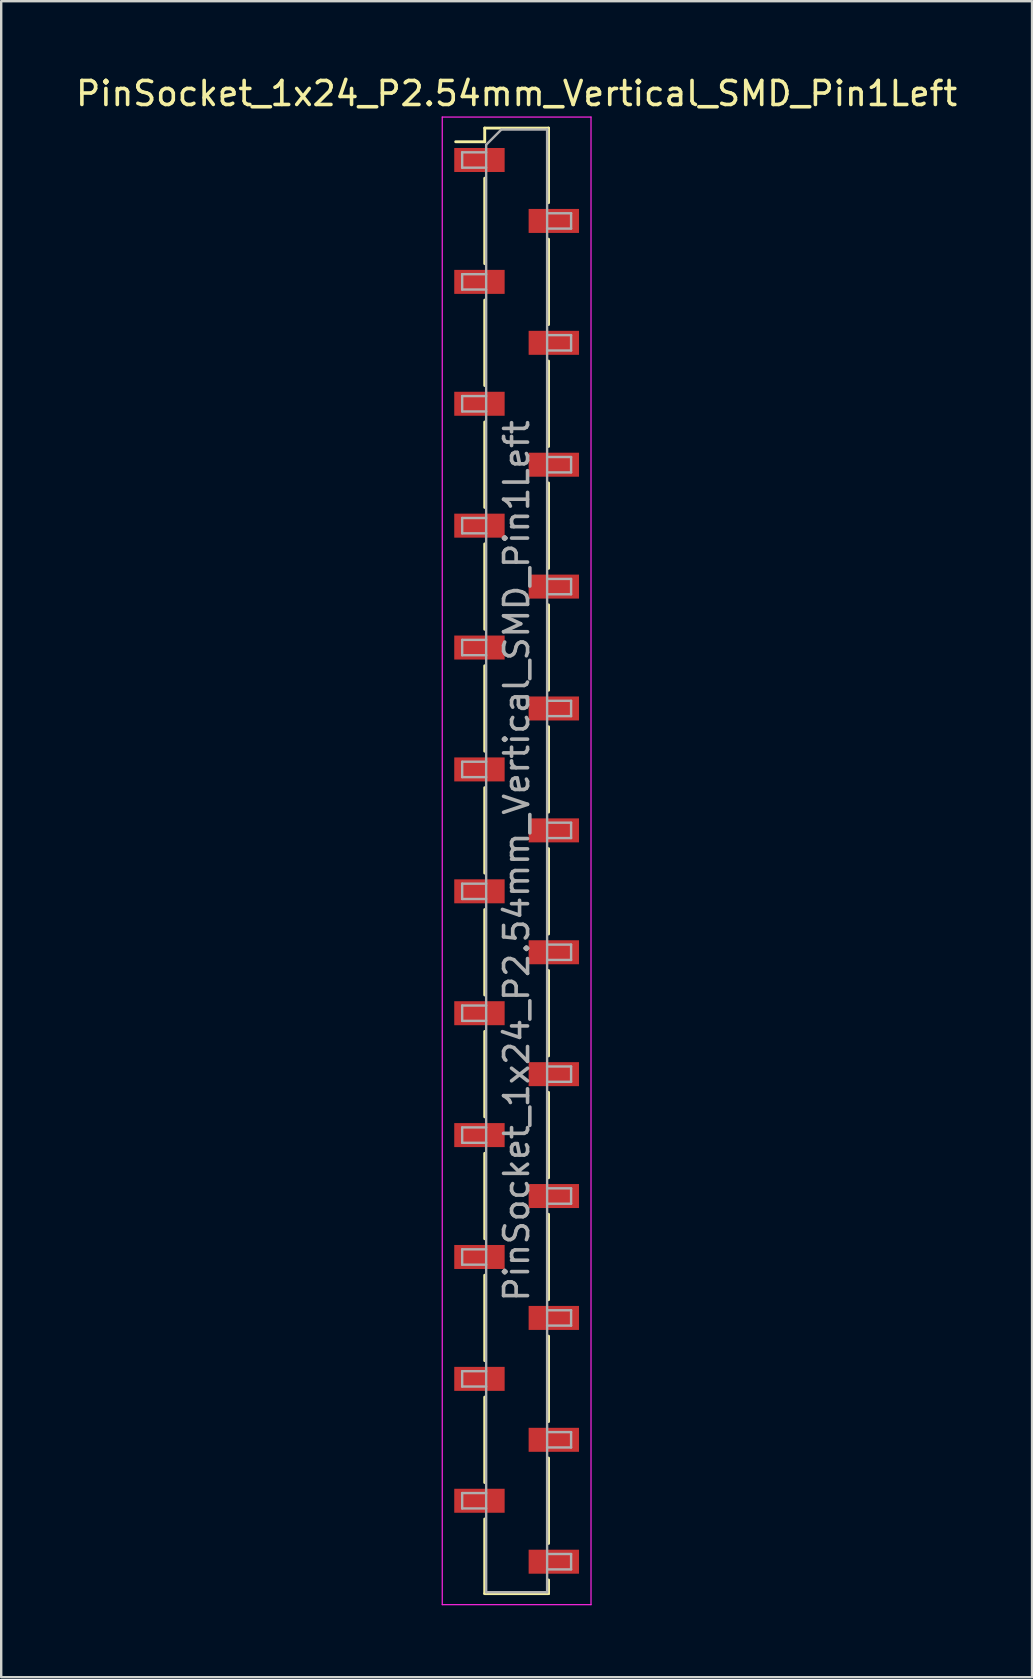
<source format=kicad_pcb>
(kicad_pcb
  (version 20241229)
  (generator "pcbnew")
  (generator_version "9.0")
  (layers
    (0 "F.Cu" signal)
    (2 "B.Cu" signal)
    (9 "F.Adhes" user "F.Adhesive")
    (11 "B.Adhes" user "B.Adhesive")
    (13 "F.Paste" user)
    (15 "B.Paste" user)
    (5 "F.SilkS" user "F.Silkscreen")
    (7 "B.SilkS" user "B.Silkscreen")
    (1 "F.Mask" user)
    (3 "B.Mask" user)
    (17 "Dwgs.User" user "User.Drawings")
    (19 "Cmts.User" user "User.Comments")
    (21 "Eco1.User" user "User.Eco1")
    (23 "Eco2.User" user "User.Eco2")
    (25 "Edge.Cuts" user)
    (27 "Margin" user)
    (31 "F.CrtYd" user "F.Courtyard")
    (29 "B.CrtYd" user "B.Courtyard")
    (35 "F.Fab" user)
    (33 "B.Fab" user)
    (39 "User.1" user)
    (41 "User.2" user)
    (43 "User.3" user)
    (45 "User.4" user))
  (footprint "PinSocket_1x24_P2.54mm_Vertical_SMD_Pin1Left"
    (layer "F.Cu")
    (at 18.482 32.828)
    (property "Reference" "PinSocket_1x24_P2.54mm_Vertical_SMD_Pin1Left" (at 0 -31.98 0) (layer "F.SilkS") (effects (font (size 1 1) (thickness 0.15))))
    (attr smd)
    (fp_line (start -2.54 -29.97) (end -1.33 -29.97) (stroke (width 0.12) (type solid)) (layer "F.SilkS"))
    (fp_line (start -1.33 -30.54) (end -1.33 -29.97) (stroke (width 0.12) (type solid)) (layer "F.SilkS"))
    (fp_line (start -1.33 -30.54) (end 1.33 -30.54) (stroke (width 0.12) (type solid)) (layer "F.SilkS"))
    (fp_line (start -1.33 -28.45) (end -1.33 -24.89) (stroke (width 0.12) (type solid)) (layer "F.SilkS"))
    (fp_line (start -1.33 -23.37) (end -1.33 -19.81) (stroke (width 0.12) (type solid)) (layer "F.SilkS"))
    (fp_line (start -1.33 -18.29) (end -1.33 -14.73) (stroke (width 0.12) (type solid)) (layer "F.SilkS"))
    (fp_line (start -1.33 -13.21) (end -1.33 -9.65) (stroke (width 0.12) (type solid)) (layer "F.SilkS"))
    (fp_line (start -1.33 -8.13) (end -1.33 -4.57) (stroke (width 0.12) (type solid)) (layer "F.SilkS"))
    (fp_line (start -1.33 -3.05) (end -1.33 0.51) (stroke (width 0.12) (type solid)) (layer "F.SilkS"))
    (fp_line (start -1.33 2.03) (end -1.33 5.59) (stroke (width 0.12) (type solid)) (layer "F.SilkS"))
    (fp_line (start -1.33 7.11) (end -1.33 10.67) (stroke (width 0.12) (type solid)) (layer "F.SilkS"))
    (fp_line (start -1.33 12.19) (end -1.33 15.75) (stroke (width 0.12) (type solid)) (layer "F.SilkS"))
    (fp_line (start -1.33 17.27) (end -1.33 20.83) (stroke (width 0.12) (type solid)) (layer "F.SilkS"))
    (fp_line (start -1.33 22.35) (end -1.33 25.91) (stroke (width 0.12) (type solid)) (layer "F.SilkS"))
    (fp_line (start -1.33 27.43) (end -1.33 30.54) (stroke (width 0.12) (type solid)) (layer "F.SilkS"))
    (fp_line (start -1.33 30.54) (end 1.33 30.54) (stroke (width 0.12) (type solid)) (layer "F.SilkS"))
    (fp_line (start 1.33 -30.54) (end 1.33 -27.43) (stroke (width 0.12) (type solid)) (layer "F.SilkS"))
    (fp_line (start 1.33 -25.91) (end 1.33 -22.35) (stroke (width 0.12) (type solid)) (layer "F.SilkS"))
    (fp_line (start 1.33 -20.83) (end 1.33 -17.27) (stroke (width 0.12) (type solid)) (layer "F.SilkS"))
    (fp_line (start 1.33 -15.75) (end 1.33 -12.19) (stroke (width 0.12) (type solid)) (layer "F.SilkS"))
    (fp_line (start 1.33 -10.67) (end 1.33 -7.11) (stroke (width 0.12) (type solid)) (layer "F.SilkS"))
    (fp_line (start 1.33 -5.59) (end 1.33 -2.03) (stroke (width 0.12) (type solid)) (layer "F.SilkS"))
    (fp_line (start 1.33 -0.51) (end 1.33 3.05) (stroke (width 0.12) (type solid)) (layer "F.SilkS"))
    (fp_line (start 1.33 4.57) (end 1.33 8.13) (stroke (width 0.12) (type solid)) (layer "F.SilkS"))
    (fp_line (start 1.33 9.65) (end 1.33 13.21) (stroke (width 0.12) (type solid)) (layer "F.SilkS"))
    (fp_line (start 1.33 14.73) (end 1.33 18.29) (stroke (width 0.12) (type solid)) (layer "F.SilkS"))
    (fp_line (start 1.33 19.81) (end 1.33 23.37) (stroke (width 0.12) (type solid)) (layer "F.SilkS"))
    (fp_line (start 1.33 24.89) (end 1.33 28.45) (stroke (width 0.12) (type solid)) (layer "F.SilkS"))
    (fp_line (start 1.33 29.97) (end 1.33 30.54) (stroke (width 0.12) (type solid)) (layer "F.SilkS"))
    (fp_line (start -3.1 -31) (end 3.1 -31) (stroke (width 0.05) (type solid)) (layer "F.CrtYd"))
    (fp_line (start -3.1 31) (end -3.1 -31) (stroke (width 0.05) (type solid)) (layer "F.CrtYd"))
    (fp_line (start 3.1 -31) (end 3.1 31) (stroke (width 0.05) (type solid)) (layer "F.CrtYd"))
    (fp_line (start 3.1 31) (end -3.1 31) (stroke (width 0.05) (type solid)) (layer "F.CrtYd"))
    (fp_line (start -2.27 -29.53) (end -1.27 -29.53) (stroke (width 0.1) (type solid)) (layer "F.Fab"))
    (fp_line (start -2.27 -28.89) (end -2.27 -29.53) (stroke (width 0.1) (type solid)) (layer "F.Fab"))
    (fp_line (start -2.27 -24.45) (end -1.27 -24.45) (stroke (width 0.1) (type solid)) (layer "F.Fab"))
    (fp_line (start -2.27 -23.81) (end -2.27 -24.45) (stroke (width 0.1) (type solid)) (layer "F.Fab"))
    (fp_line (start -2.27 -19.37) (end -1.27 -19.37) (stroke (width 0.1) (type solid)) (layer "F.Fab"))
    (fp_line (start -2.27 -18.73) (end -2.27 -19.37) (stroke (width 0.1) (type solid)) (layer "F.Fab"))
    (fp_line (start -2.27 -14.29) (end -1.27 -14.29) (stroke (width 0.1) (type solid)) (layer "F.Fab"))
    (fp_line (start -2.27 -13.65) (end -2.27 -14.29) (stroke (width 0.1) (type solid)) (layer "F.Fab"))
    (fp_line (start -2.27 -9.21) (end -1.27 -9.21) (stroke (width 0.1) (type solid)) (layer "F.Fab"))
    (fp_line (start -2.27 -8.57) (end -2.27 -9.21) (stroke (width 0.1) (type solid)) (layer "F.Fab"))
    (fp_line (start -2.27 -4.13) (end -1.27 -4.13) (stroke (width 0.1) (type solid)) (layer "F.Fab"))
    (fp_line (start -2.27 -3.49) (end -2.27 -4.13) (stroke (width 0.1) (type solid)) (layer "F.Fab"))
    (fp_line (start -2.27 0.95) (end -1.27 0.95) (stroke (width 0.1) (type solid)) (layer "F.Fab"))
    (fp_line (start -2.27 1.59) (end -2.27 0.95) (stroke (width 0.1) (type solid)) (layer "F.Fab"))
    (fp_line (start -2.27 6.03) (end -1.27 6.03) (stroke (width 0.1) (type solid)) (layer "F.Fab"))
    (fp_line (start -2.27 6.67) (end -2.27 6.03) (stroke (width 0.1) (type solid)) (layer "F.Fab"))
    (fp_line (start -2.27 11.11) (end -1.27 11.11) (stroke (width 0.1) (type solid)) (layer "F.Fab"))
    (fp_line (start -2.27 11.75) (end -2.27 11.11) (stroke (width 0.1) (type solid)) (layer "F.Fab"))
    (fp_line (start -2.27 16.19) (end -1.27 16.19) (stroke (width 0.1) (type solid)) (layer "F.Fab"))
    (fp_line (start -2.27 16.83) (end -2.27 16.19) (stroke (width 0.1) (type solid)) (layer "F.Fab"))
    (fp_line (start -2.27 21.27) (end -1.27 21.27) (stroke (width 0.1) (type solid)) (layer "F.Fab"))
    (fp_line (start -2.27 21.91) (end -2.27 21.27) (stroke (width 0.1) (type solid)) (layer "F.Fab"))
    (fp_line (start -2.27 26.35) (end -1.27 26.35) (stroke (width 0.1) (type solid)) (layer "F.Fab"))
    (fp_line (start -2.27 26.99) (end -2.27 26.35) (stroke (width 0.1) (type solid)) (layer "F.Fab"))
    (fp_line (start -1.27 -29.845) (end -0.635 -30.48) (stroke (width 0.1) (type solid)) (layer "F.Fab"))
    (fp_line (start -1.27 -28.89) (end -2.27 -28.89) (stroke (width 0.1) (type solid)) (layer "F.Fab"))
    (fp_line (start -1.27 -23.81) (end -2.27 -23.81) (stroke (width 0.1) (type solid)) (layer "F.Fab"))
    (fp_line (start -1.27 -18.73) (end -2.27 -18.73) (stroke (width 0.1) (type solid)) (layer "F.Fab"))
    (fp_line (start -1.27 -13.65) (end -2.27 -13.65) (stroke (width 0.1) (type solid)) (layer "F.Fab"))
    (fp_line (start -1.27 -8.57) (end -2.27 -8.57) (stroke (width 0.1) (type solid)) (layer "F.Fab"))
    (fp_line (start -1.27 -3.49) (end -2.27 -3.49) (stroke (width 0.1) (type solid)) (layer "F.Fab"))
    (fp_line (start -1.27 1.59) (end -2.27 1.59) (stroke (width 0.1) (type solid)) (layer "F.Fab"))
    (fp_line (start -1.27 6.67) (end -2.27 6.67) (stroke (width 0.1) (type solid)) (layer "F.Fab"))
    (fp_line (start -1.27 11.75) (end -2.27 11.75) (stroke (width 0.1) (type solid)) (layer "F.Fab"))
    (fp_line (start -1.27 16.83) (end -2.27 16.83) (stroke (width 0.1) (type solid)) (layer "F.Fab"))
    (fp_line (start -1.27 21.91) (end -2.27 21.91) (stroke (width 0.1) (type solid)) (layer "F.Fab"))
    (fp_line (start -1.27 26.99) (end -2.27 26.99) (stroke (width 0.1) (type solid)) (layer "F.Fab"))
    (fp_line (start -1.27 30.48) (end -1.27 -29.845) (stroke (width 0.1) (type solid)) (layer "F.Fab"))
    (fp_line (start -0.635 -30.48) (end 1.27 -30.48) (stroke (width 0.1) (type solid)) (layer "F.Fab"))
    (fp_line (start 1.27 -30.48) (end 1.27 30.48) (stroke (width 0.1) (type solid)) (layer "F.Fab"))
    (fp_line (start 1.27 -26.99) (end 2.27 -26.99) (stroke (width 0.1) (type solid)) (layer "F.Fab"))
    (fp_line (start 1.27 -21.91) (end 2.27 -21.91) (stroke (width 0.1) (type solid)) (layer "F.Fab"))
    (fp_line (start 1.27 -16.83) (end 2.27 -16.83) (stroke (width 0.1) (type solid)) (layer "F.Fab"))
    (fp_line (start 1.27 -11.75) (end 2.27 -11.75) (stroke (width 0.1) (type solid)) (layer "F.Fab"))
    (fp_line (start 1.27 -6.67) (end 2.27 -6.67) (stroke (width 0.1) (type solid)) (layer "F.Fab"))
    (fp_line (start 1.27 -1.59) (end 2.27 -1.59) (stroke (width 0.1) (type solid)) (layer "F.Fab"))
    (fp_line (start 1.27 3.49) (end 2.27 3.49) (stroke (width 0.1) (type solid)) (layer "F.Fab"))
    (fp_line (start 1.27 8.57) (end 2.27 8.57) (stroke (width 0.1) (type solid)) (layer "F.Fab"))
    (fp_line (start 1.27 13.65) (end 2.27 13.65) (stroke (width 0.1) (type solid)) (layer "F.Fab"))
    (fp_line (start 1.27 18.73) (end 2.27 18.73) (stroke (width 0.1) (type solid)) (layer "F.Fab"))
    (fp_line (start 1.27 23.81) (end 2.27 23.81) (stroke (width 0.1) (type solid)) (layer "F.Fab"))
    (fp_line (start 1.27 28.89) (end 2.27 28.89) (stroke (width 0.1) (type solid)) (layer "F.Fab"))
    (fp_line (start 1.27 30.48) (end -1.27 30.48) (stroke (width 0.1) (type solid)) (layer "F.Fab"))
    (fp_line (start 2.27 -26.99) (end 2.27 -26.35) (stroke (width 0.1) (type solid)) (layer "F.Fab"))
    (fp_line (start 2.27 -26.35) (end 1.27 -26.35) (stroke (width 0.1) (type solid)) (layer "F.Fab"))
    (fp_line (start 2.27 -21.91) (end 2.27 -21.27) (stroke (width 0.1) (type solid)) (layer "F.Fab"))
    (fp_line (start 2.27 -21.27) (end 1.27 -21.27) (stroke (width 0.1) (type solid)) (layer "F.Fab"))
    (fp_line (start 2.27 -16.83) (end 2.27 -16.19) (stroke (width 0.1) (type solid)) (layer "F.Fab"))
    (fp_line (start 2.27 -16.19) (end 1.27 -16.19) (stroke (width 0.1) (type solid)) (layer "F.Fab"))
    (fp_line (start 2.27 -11.75) (end 2.27 -11.11) (stroke (width 0.1) (type solid)) (layer "F.Fab"))
    (fp_line (start 2.27 -11.11) (end 1.27 -11.11) (stroke (width 0.1) (type solid)) (layer "F.Fab"))
    (fp_line (start 2.27 -6.67) (end 2.27 -6.03) (stroke (width 0.1) (type solid)) (layer "F.Fab"))
    (fp_line (start 2.27 -6.03) (end 1.27 -6.03) (stroke (width 0.1) (type solid)) (layer "F.Fab"))
    (fp_line (start 2.27 -1.59) (end 2.27 -0.95) (stroke (width 0.1) (type solid)) (layer "F.Fab"))
    (fp_line (start 2.27 -0.95) (end 1.27 -0.95) (stroke (width 0.1) (type solid)) (layer "F.Fab"))
    (fp_line (start 2.27 3.49) (end 2.27 4.13) (stroke (width 0.1) (type solid)) (layer "F.Fab"))
    (fp_line (start 2.27 4.13) (end 1.27 4.13) (stroke (width 0.1) (type solid)) (layer "F.Fab"))
    (fp_line (start 2.27 8.57) (end 2.27 9.21) (stroke (width 0.1) (type solid)) (layer "F.Fab"))
    (fp_line (start 2.27 9.21) (end 1.27 9.21) (stroke (width 0.1) (type solid)) (layer "F.Fab"))
    (fp_line (start 2.27 13.65) (end 2.27 14.29) (stroke (width 0.1) (type solid)) (layer "F.Fab"))
    (fp_line (start 2.27 14.29) (end 1.27 14.29) (stroke (width 0.1) (type solid)) (layer "F.Fab"))
    (fp_line (start 2.27 18.73) (end 2.27 19.37) (stroke (width 0.1) (type solid)) (layer "F.Fab"))
    (fp_line (start 2.27 19.37) (end 1.27 19.37) (stroke (width 0.1) (type solid)) (layer "F.Fab"))
    (fp_line (start 2.27 23.81) (end 2.27 24.45) (stroke (width 0.1) (type solid)) (layer "F.Fab"))
    (fp_line (start 2.27 24.45) (end 1.27 24.45) (stroke (width 0.1) (type solid)) (layer "F.Fab"))
    (fp_line (start 2.27 28.89) (end 2.27 29.53) (stroke (width 0.1) (type solid)) (layer "F.Fab"))
    (fp_line (start 2.27 29.53) (end 1.27 29.53) (stroke (width 0.1) (type solid)) (layer "F.Fab"))
    (fp_text user "${REFERENCE}" (at 0 0 90) (layer "F.Fab") (effects (font (size 1 1) (thickness 0.15))))
    (pad "1" smd rect (at -1.55 -29.21) (size 2.1 1) (layers "F.Cu" "F.Mask" "F.Paste"))
    (pad "2" smd rect (at 1.55 -26.67) (size 2.1 1) (layers "F.Cu" "F.Mask" "F.Paste"))
    (pad "3" smd rect (at -1.55 -24.13) (size 2.1 1) (layers "F.Cu" "F.Mask" "F.Paste"))
    (pad "4" smd rect (at 1.55 -21.59) (size 2.1 1) (layers "F.Cu" "F.Mask" "F.Paste"))
    (pad "5" smd rect (at -1.55 -19.05) (size 2.1 1) (layers "F.Cu" "F.Mask" "F.Paste"))
    (pad "6" smd rect (at 1.55 -16.51) (size 2.1 1) (layers "F.Cu" "F.Mask" "F.Paste"))
    (pad "7" smd rect (at -1.55 -13.97) (size 2.1 1) (layers "F.Cu" "F.Mask" "F.Paste"))
    (pad "8" smd rect (at 1.55 -11.43) (size 2.1 1) (layers "F.Cu" "F.Mask" "F.Paste"))
    (pad "9" smd rect (at -1.55 -8.89) (size 2.1 1) (layers "F.Cu" "F.Mask" "F.Paste"))
    (pad "10" smd rect (at 1.55 -6.35) (size 2.1 1) (layers "F.Cu" "F.Mask" "F.Paste"))
    (pad "11" smd rect (at -1.55 -3.81) (size 2.1 1) (layers "F.Cu" "F.Mask" "F.Paste"))
    (pad "12" smd rect (at 1.55 -1.27) (size 2.1 1) (layers "F.Cu" "F.Mask" "F.Paste"))
    (pad "13" smd rect (at -1.55 1.27) (size 2.1 1) (layers "F.Cu" "F.Mask" "F.Paste"))
    (pad "14" smd rect (at 1.55 3.81) (size 2.1 1) (layers "F.Cu" "F.Mask" "F.Paste"))
    (pad "15" smd rect (at -1.55 6.35) (size 2.1 1) (layers "F.Cu" "F.Mask" "F.Paste"))
    (pad "16" smd rect (at 1.55 8.89) (size 2.1 1) (layers "F.Cu" "F.Mask" "F.Paste"))
    (pad "17" smd rect (at -1.55 11.43) (size 2.1 1) (layers "F.Cu" "F.Mask" "F.Paste"))
    (pad "18" smd rect (at 1.55 13.97) (size 2.1 1) (layers "F.Cu" "F.Mask" "F.Paste"))
    (pad "19" smd rect (at -1.55 16.51) (size 2.1 1) (layers "F.Cu" "F.Mask" "F.Paste"))
    (pad "20" smd rect (at 1.55 19.05) (size 2.1 1) (layers "F.Cu" "F.Mask" "F.Paste"))
    (pad "21" smd rect (at -1.55 21.59) (size 2.1 1) (layers "F.Cu" "F.Mask" "F.Paste"))
    (pad "22" smd rect (at 1.55 24.13) (size 2.1 1) (layers "F.Cu" "F.Mask" "F.Paste"))
    (pad "23" smd rect (at -1.55 26.67) (size 2.1 1) (layers "F.Cu" "F.Mask" "F.Paste"))
    (pad "24" smd rect (at 1.55 29.21) (size 2.1 1) (layers "F.Cu" "F.Mask" "F.Paste")))
  (gr_rect
    (start -3 -3)
    (end 39.964 66.853)
    (stroke (width 0.1) (type default))
    (fill no)
    (layer "Edge.Cuts")))
</source>
